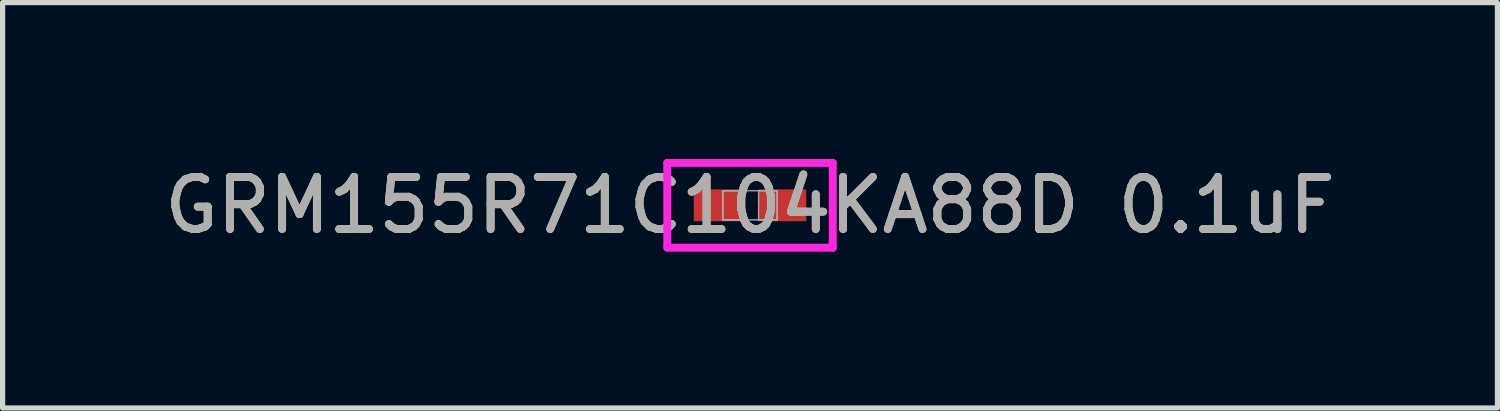
<source format=kicad_pcb>
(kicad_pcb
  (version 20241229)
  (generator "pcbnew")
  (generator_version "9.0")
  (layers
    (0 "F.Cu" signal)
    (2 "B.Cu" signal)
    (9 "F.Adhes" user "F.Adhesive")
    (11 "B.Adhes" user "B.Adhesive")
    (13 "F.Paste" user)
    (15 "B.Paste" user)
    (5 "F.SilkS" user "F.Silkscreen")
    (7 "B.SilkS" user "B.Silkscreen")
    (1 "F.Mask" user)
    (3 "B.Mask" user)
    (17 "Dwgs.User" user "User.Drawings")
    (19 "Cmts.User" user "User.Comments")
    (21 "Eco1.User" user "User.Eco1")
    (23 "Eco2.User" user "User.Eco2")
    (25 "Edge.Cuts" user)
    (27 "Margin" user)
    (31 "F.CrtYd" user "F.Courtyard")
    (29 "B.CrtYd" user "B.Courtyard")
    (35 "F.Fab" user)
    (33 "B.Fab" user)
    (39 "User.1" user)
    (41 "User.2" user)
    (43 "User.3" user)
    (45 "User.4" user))
  (footprint "GRM155R71C104KA88D 0.1uF"
    (layer "F.Cu")
    (at 11.339 0.889)
    (property "Reference" "GRM155R71C104KA88D 0.1uF" (at 0 0 0) (unlocked yes) (layer "F.SilkS") (effects (font (size 1 1) (thickness 0.15))))
    (attr smd)
    (fp_line (start -1.587 -0.813) (end 1.587 -0.813) (stroke (width 0.152) (type solid)) (layer "F.CrtYd"))
    (fp_line (start -1.587 0.813) (end -1.587 -0.813) (stroke (width 0.152) (type solid)) (layer "F.CrtYd"))
    (fp_line (start 1.587 -0.813) (end 1.587 0.813) (stroke (width 0.152) (type solid)) (layer "F.CrtYd"))
    (fp_line (start 1.587 0.813) (end -1.587 0.813) (stroke (width 0.152) (type solid)) (layer "F.CrtYd"))
    (fp_line (start -0.521 -0.279) (end -0.521 0.279) (stroke (width 0.025) (type solid)) (layer "F.Fab"))
    (fp_line (start -0.521 -0.279) (end -0.521 0.279) (stroke (width 0.025) (type solid)) (layer "F.Fab"))
    (fp_line (start -0.521 0.279) (end -0.165 0.279) (stroke (width 0.025) (type solid)) (layer "F.Fab"))
    (fp_line (start -0.521 0.279) (end 0.521 0.279) (stroke (width 0.025) (type solid)) (layer "F.Fab"))
    (fp_line (start -0.165 -0.279) (end -0.521 -0.279) (stroke (width 0.025) (type solid)) (layer "F.Fab"))
    (fp_line (start -0.165 0.279) (end -0.165 -0.279) (stroke (width 0.025) (type solid)) (layer "F.Fab"))
    (fp_line (start 0.165 -0.279) (end 0.165 0.279) (stroke (width 0.025) (type solid)) (layer "F.Fab"))
    (fp_line (start 0.165 0.279) (end 0.521 0.279) (stroke (width 0.025) (type solid)) (layer "F.Fab"))
    (fp_line (start 0.521 -0.279) (end -0.521 -0.279) (stroke (width 0.025) (type solid)) (layer "F.Fab"))
    (fp_line (start 0.521 -0.279) (end 0.165 -0.279) (stroke (width 0.025) (type solid)) (layer "F.Fab"))
    (fp_line (start 0.521 0.279) (end 0.521 -0.279) (stroke (width 0.025) (type solid)) (layer "F.Fab"))
    (fp_line (start 0.521 0.279) (end 0.521 -0.279) (stroke (width 0.025) (type solid)) (layer "F.Fab"))
    (fp_text user "${REFERENCE}" (at 0 0 0) (unlocked yes) (layer "F.Fab") (effects (font (size 1 1) (thickness 0.15))))
    (pad "1" smd rect (at -0.622 0) (size 0.914 0.61) (layers "F.Cu" "F.Mask" "F.Paste"))
    (pad "2" smd rect (at 0.622 0) (size 0.914 0.61) (layers "F.Cu" "F.Mask" "F.Paste"))
    (zone (net_name "") (layer "F.Cu") (hatch full 0.508) (connect_pads) (min_thickness 0.254) (filled_areas_thickness no) (keepout (tracks not_allowed) (vias not_allowed) (pads allowed) (copperpour not_allowed) (footprints allowed)) (placement (enabled no)) (fill) (polygon (pts (xy 11.225 0.66) (xy 11.454 0.66) (xy 11.454 1.118) (xy 11.225 1.118)))))
  (gr_rect
    (start -3 -3)
    (end 25.679 4.778)
    (stroke (width 0.1) (type default))
    (fill no)
    (layer "Edge.Cuts")))
</source>
